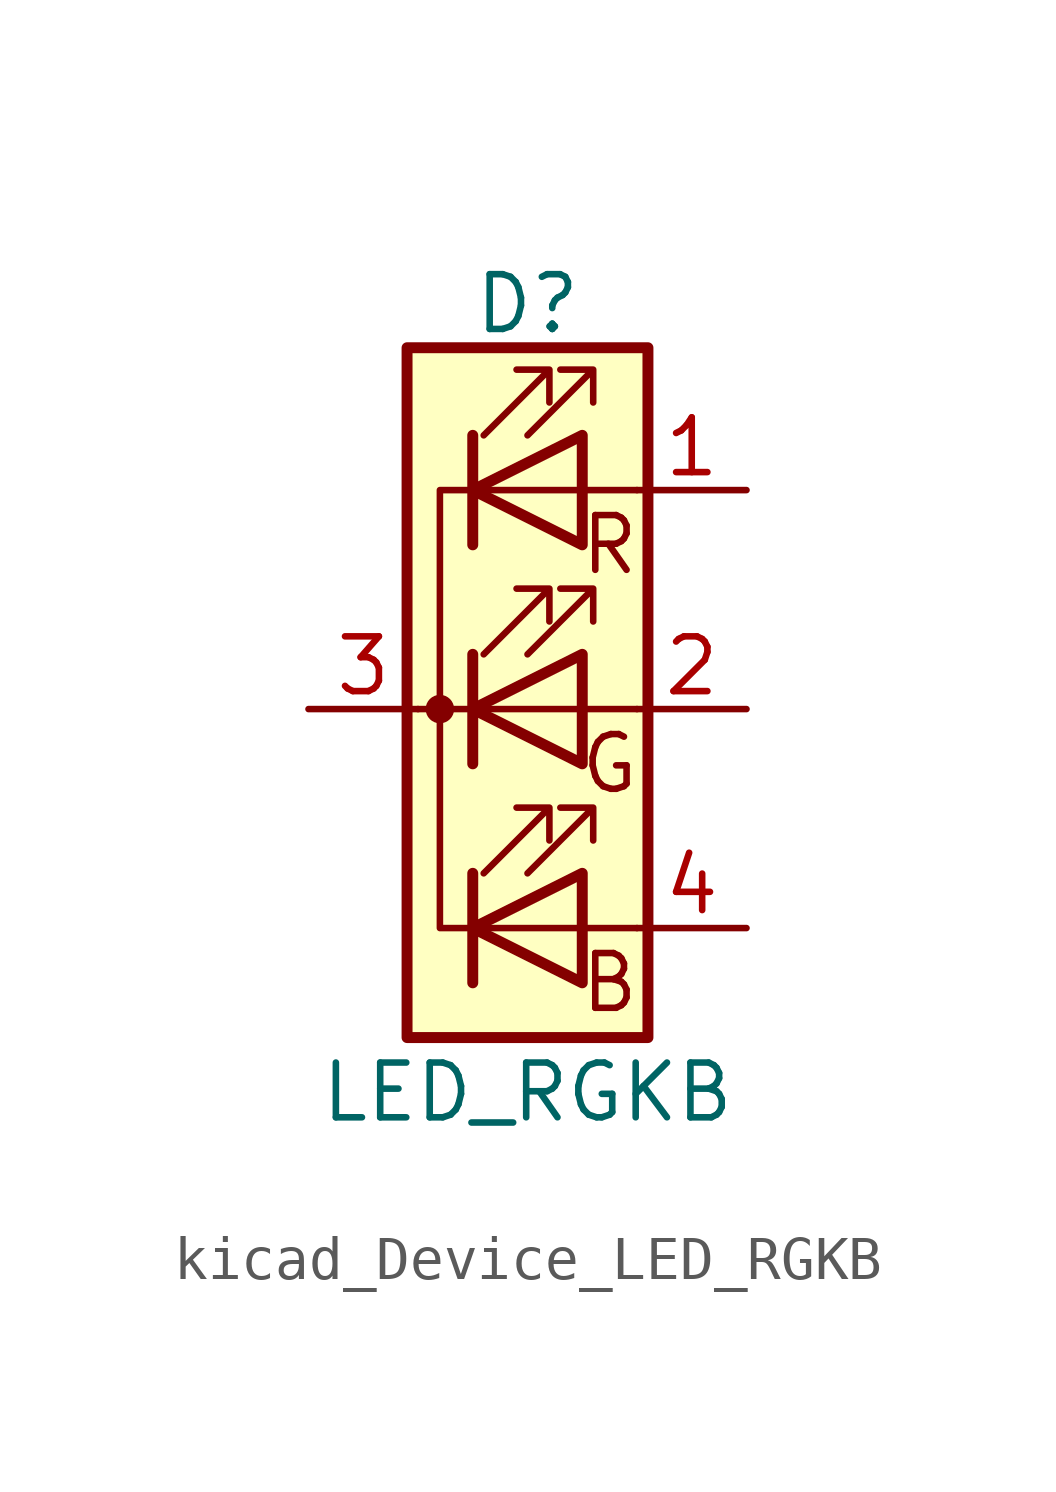
<source format=kicad_sym>
(kicad_symbol_lib
  (version 20220914)
  (generator kicad_symbol_editor)
  (symbol "kicad_Device_LED_RGKB"
    (pin_names
      (offset 0) hide)
    (property "Reference" "D"
      (at 0 9.398 0)
      (effects (font (size 1.27 1.27))))
    (property "Value" "LED_RGKB"
      (at 0 -8.89 0)
      (effects (font (size 1.27 1.27))))
    (symbol "kicad_Device_LED_RGKB_0_0"
      (text "B" (at 1.905 -6.35 0) (effects (font (size 1.27 1.27))))
      (text "G" (at 1.905 -1.27 0) (effects (font (size 1.27 1.27))))
      (text "R" (at 1.905 3.81 0) (effects (font (size 1.27 1.27)))))
    (symbol "kicad_Device_LED_RGKB_0_1"
      (circle (center -2.032 0) (radius 0.254) (stroke (width 0) (type default)) (fill (type outline)))
      (polyline (pts (xy -1.27 -5.08) (xy 1.27 -5.08)) (stroke (width 0) (type default)) (fill (type none)))
      (polyline (pts (xy -1.27 -3.81) (xy -1.27 -6.35)) (stroke (width 0.254) (type default)) (fill (type none)))
      (polyline (pts (xy -1.27 0) (xy -2.54 0)) (stroke (width 0) (type default)) (fill (type none)))
      (polyline (pts (xy -1.27 1.27) (xy -1.27 -1.27)) (stroke (width 0.254) (type default)) (fill (type none)))
      (polyline (pts (xy -1.27 5.08) (xy 1.27 5.08)) (stroke (width 0) (type default)) (fill (type none)))
      (polyline (pts (xy -1.27 6.35) (xy -1.27 3.81)) (stroke (width 0.254) (type default)) (fill (type none)))
      (polyline (pts (xy 1.27 -5.08) (xy 2.54 -5.08)) (stroke (width 0) (type default)) (fill (type none)))
      (polyline (pts (xy 1.27 0) (xy -1.27 0)) (stroke (width 0) (type default)) (fill (type none)))
      (polyline (pts (xy 1.27 0) (xy 2.54 0)) (stroke (width 0) (type default)) (fill (type none)))
      (polyline (pts (xy 1.27 5.08) (xy 2.54 5.08)) (stroke (width 0) (type default)) (fill (type none)))
      (polyline (pts (xy -1.27 1.27) (xy -1.27 -1.27) (xy -1.27 -1.27)) (stroke (width 0) (type default)) (fill (type none)))
      (polyline (pts (xy -1.27 6.35) (xy -1.27 3.81) (xy -1.27 3.81)) (stroke (width 0) (type default)) (fill (type none)))
      (polyline (pts (xy -1.27 5.08) (xy -2.032 5.08) (xy -2.032 -5.08) (xy -1.016 -5.08)) (stroke (width 0) (type default)) (fill (type none)))
      (polyline (pts (xy 1.27 -3.81) (xy 1.27 -6.35) (xy -1.27 -5.08) (xy 1.27 -3.81)) (stroke (width 0.254) (type default)) (fill (type none)))
      (polyline (pts (xy 1.27 1.27) (xy 1.27 -1.27) (xy -1.27 0) (xy 1.27 1.27)) (stroke (width 0.254) (type default)) (fill (type none)))
      (polyline (pts (xy 1.27 6.35) (xy 1.27 3.81) (xy -1.27 5.08) (xy 1.27 6.35)) (stroke (width 0.254) (type default)) (fill (type none)))
      (polyline (pts (xy -1.016 -3.81) (xy 0.508 -2.286) (xy -0.254 -2.286) (xy 0.508 -2.286) (xy 0.508 -3.048)) (stroke (width 0) (type default)) (fill (type none)))
      (polyline (pts (xy -1.016 1.27) (xy 0.508 2.794) (xy -0.254 2.794) (xy 0.508 2.794) (xy 0.508 2.032)) (stroke (width 0) (type default)) (fill (type none)))
      (polyline (pts (xy -1.016 6.35) (xy 0.508 7.874) (xy -0.254 7.874) (xy 0.508 7.874) (xy 0.508 7.112)) (stroke (width 0) (type default)) (fill (type none)))
      (polyline (pts (xy 0 -3.81) (xy 1.524 -2.286) (xy 0.762 -2.286) (xy 1.524 -2.286) (xy 1.524 -3.048)) (stroke (width 0) (type default)) (fill (type none)))
      (polyline (pts (xy 0 1.27) (xy 1.524 2.794) (xy 0.762 2.794) (xy 1.524 2.794) (xy 1.524 2.032)) (stroke (width 0) (type default)) (fill (type none)))
      (polyline (pts (xy 0 6.35) (xy 1.524 7.874) (xy 0.762 7.874) (xy 1.524 7.874) (xy 1.524 7.112)) (stroke (width 0) (type default)) (fill (type none)))
      (rectangle (start 1.27 -1.27) (end 1.27 1.27) (stroke (width 0) (type default)) (fill (type none)))
      (rectangle (start 1.27 1.27) (end 1.27 1.27) (stroke (width 0) (type default)) (fill (type none)))
      (rectangle (start 1.27 3.81) (end 1.27 6.35) (stroke (width 0) (type default)) (fill (type none)))
      (rectangle (start 1.27 6.35) (end 1.27 6.35) (stroke (width 0) (type default)) (fill (type none)))
      (rectangle (start 2.794 8.382) (end -2.794 -7.62) (stroke (width 0.254) (type default)) (fill (type background))))
    (symbol "kicad_Device_LED_RGKB_1_1"
      (pin passive line (at 5.08 5.08 180) (length 2.54) (name "RA" (effects (font (size 1.27 1.27)))) (number "1" (effects (font (size 1.27 1.27)))))
      (pin passive line (at 5.08 0 180) (length 2.54) (name "GA" (effects (font (size 1.27 1.27)))) (number "2" (effects (font (size 1.27 1.27)))))
      (pin passive line (at -5.08 0 0) (length 2.54) (name "K" (effects (font (size 1.27 1.27)))) (number "3" (effects (font (size 1.27 1.27)))))
      (pin passive line (at 5.08 -5.08 180) (length 2.54) (name "BA" (effects (font (size 1.27 1.27)))) (number "4" (effects (font (size 1.27 1.27))))))))
</source>
